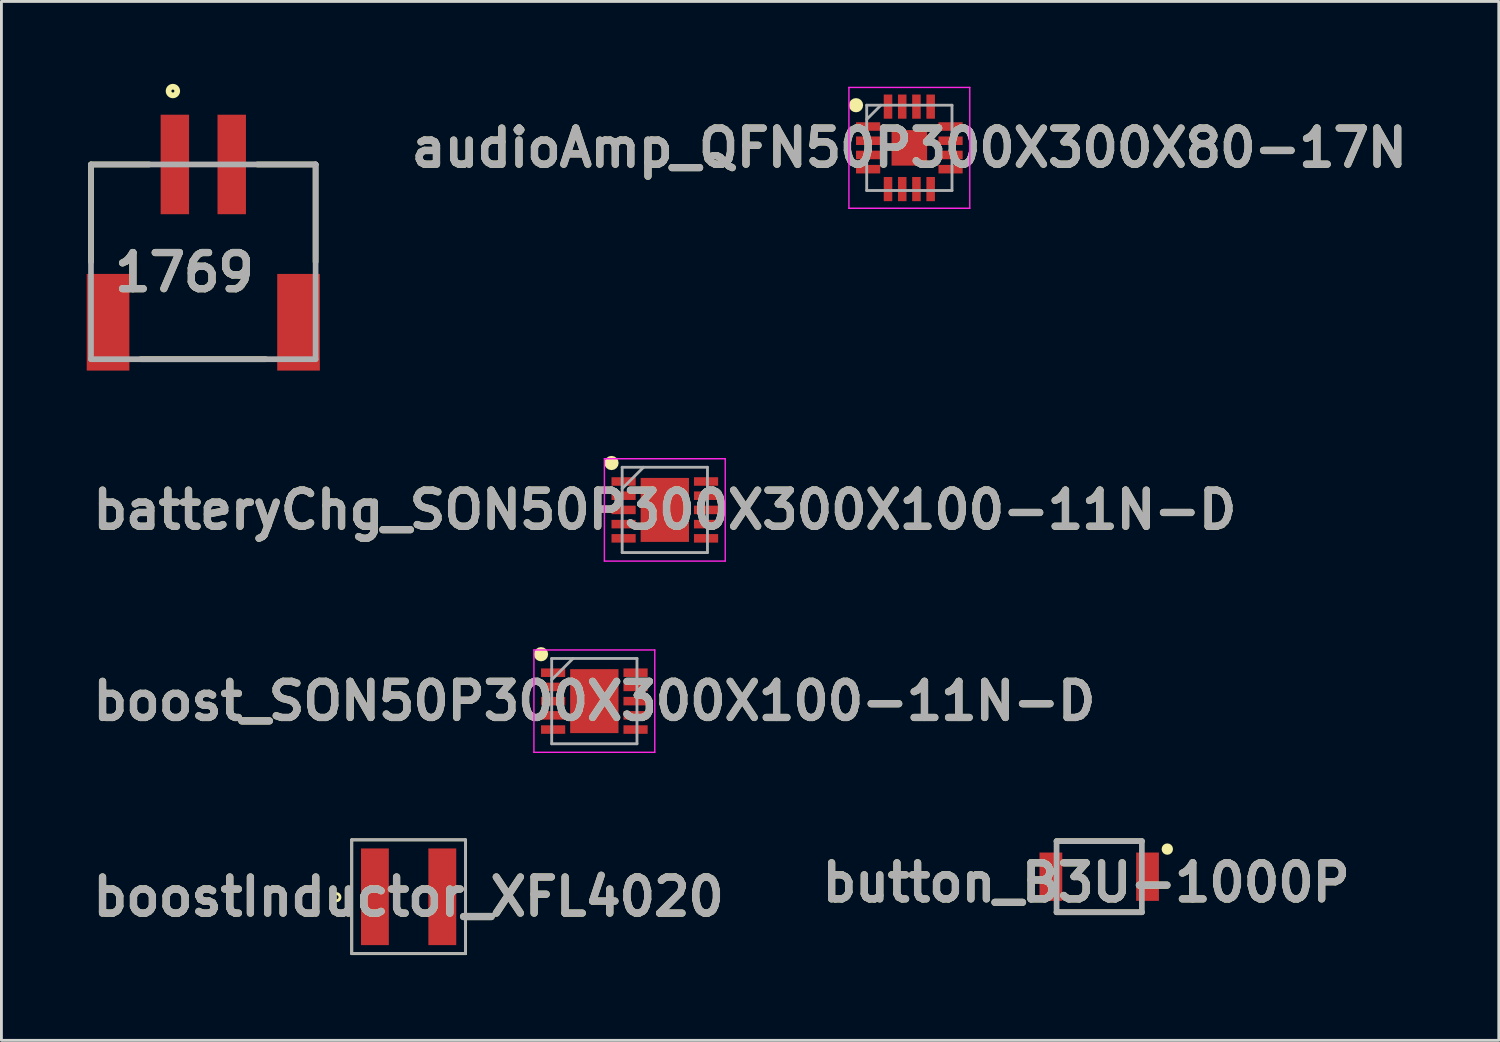
<source format=kicad_pcb>
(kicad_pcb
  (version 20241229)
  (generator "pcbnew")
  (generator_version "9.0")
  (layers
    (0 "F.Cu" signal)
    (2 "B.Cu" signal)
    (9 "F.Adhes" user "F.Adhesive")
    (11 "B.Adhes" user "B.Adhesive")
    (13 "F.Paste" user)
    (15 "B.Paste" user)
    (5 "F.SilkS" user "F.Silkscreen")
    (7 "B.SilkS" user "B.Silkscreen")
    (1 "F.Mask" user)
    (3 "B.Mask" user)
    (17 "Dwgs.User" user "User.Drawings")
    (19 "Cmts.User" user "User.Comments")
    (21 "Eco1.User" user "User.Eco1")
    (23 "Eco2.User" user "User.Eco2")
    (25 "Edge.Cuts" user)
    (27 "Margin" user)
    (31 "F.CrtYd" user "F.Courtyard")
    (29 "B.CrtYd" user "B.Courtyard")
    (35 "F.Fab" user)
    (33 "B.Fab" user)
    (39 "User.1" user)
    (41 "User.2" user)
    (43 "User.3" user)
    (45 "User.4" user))
  (footprint "1769"
    (layer "F.Cu")
    (at 4.1 2.734)
    (property "Reference" "1769" (at -0.662 3.794 0) (layer "F.SilkS") (effects (font (size 1.27 1.27) (thickness 0.254))))
    (attr smd)
    (fp_line (start -3.95 0) (end -3.95 3.425) (stroke (width 0.2) (type solid)) (layer "F.SilkS"))
    (fp_line (start -3.95 0) (end -1.9 0) (stroke (width 0.2) (type solid)) (layer "F.SilkS"))
    (fp_line (start -2.196 6.849) (end 2.196 6.849) (stroke (width 0.2) (type solid)) (layer "F.SilkS"))
    (fp_line (start 3.95 0) (end 1.9 0) (stroke (width 0.2) (type solid)) (layer "F.SilkS"))
    (fp_line (start 3.95 0) (end 3.95 3.425) (stroke (width 0.2) (type solid)) (layer "F.SilkS"))
    (fp_circle (center -1.069 -2.582) (end -1.069 -2.53) (stroke (width 0.2) (type solid)) (fill no) (layer "F.SilkS"))
    (fp_line (start -3.95 0) (end 3.95 0) (stroke (width 0.2) (type solid)) (layer "F.Fab"))
    (fp_line (start -3.95 6.849) (end -3.95 0) (stroke (width 0.2) (type solid)) (layer "F.Fab"))
    (fp_line (start 3.95 0) (end 3.95 6.849) (stroke (width 0.2) (type solid)) (layer "F.Fab"))
    (fp_line (start 3.95 6.849) (end -3.95 6.849) (stroke (width 0.2) (type solid)) (layer "F.Fab"))
    (fp_text user "${REFERENCE}" (at -0.662 3.794 0) (layer "F.Fab") (effects (font (size 1.27 1.27) (thickness 0.254))))
    (pad "1" smd rect (at -1 0) (size 1 3.5) (layers "F.Cu" "F.Mask" "F.Paste"))
    (pad "2" smd rect (at 1 0) (size 1 3.5) (layers "F.Cu" "F.Mask" "F.Paste"))
    (pad "3" smd rect (at -3.35 5.55) (size 1.5 3.4) (layers "F.Cu" "F.Mask" "F.Paste"))
    (pad "4" smd rect (at 3.35 5.55) (size 1.5 3.4) (layers "F.Cu" "F.Mask" "F.Paste")))
  (footprint "boostInductor_XFL4020"
    (layer "F.Cu")
    (at 11.321 28.49)
    (property "Reference" "boostInductor_XFL4020" (at 0 0 0) (layer "F.SilkS") (effects (font (size 1.27 1.27) (thickness 0.254))))
    (attr smd)
    (fp_line (start -2 -2) (end 2 -2) (stroke (width 0.1) (type solid)) (layer "F.SilkS"))
    (fp_line (start -2 2) (end -2 -2) (stroke (width 0.1) (type solid)) (layer "F.SilkS"))
    (fp_line (start 2 -2) (end 2 2) (stroke (width 0.1) (type solid)) (layer "F.SilkS"))
    (fp_line (start 2 2) (end -2 2) (stroke (width 0.1) (type solid)) (layer "F.SilkS"))
    (fp_circle (center -2.54 0.014) (end -2.54 0.141) (stroke (width 0.1) (type solid)) (fill no) (layer "F.SilkS"))
    (fp_line (start -2.002 -2.006) (end 1.998 -2.006) (stroke (width 0.1) (type solid)) (layer "F.Fab"))
    (fp_line (start -2.002 1.994) (end -2.002 -2.006) (stroke (width 0.1) (type solid)) (layer "F.Fab"))
    (fp_line (start 1.998 -2.006) (end 1.998 1.994) (stroke (width 0.1) (type solid)) (layer "F.Fab"))
    (fp_line (start 1.998 1.994) (end -2.002 1.994) (stroke (width 0.1) (type solid)) (layer "F.Fab"))
    (fp_text user "${REFERENCE}" (at 0 0 0) (layer "F.Fab") (effects (font (size 1.27 1.27) (thickness 0.254))))
    (pad "1" smd rect (at -1.185 0) (size 0.98 3.4) (layers "F.Cu" "F.Mask" "F.Paste"))
    (pad "2" smd rect (at 1.185 0) (size 0.98 3.4) (layers "F.Cu" "F.Mask" "F.Paste")))
  (footprint "boost_SON50P300X300X100-11N-D"
    (layer "F.Cu")
    (at 17.853 21.609)
    (property "Reference" "boost_SON50P300X300X100-11N-D" (at 0 0 0) (layer "F.SilkS") (effects (font (size 1.27 1.27) (thickness 0.254))))
    (attr smd)
    (fp_circle (center -1.875 -1.65) (end -1.875 -1.525) (stroke (width 0.25) (type solid)) (fill no) (layer "F.SilkS"))
    (fp_line (start -2.125 -1.8) (end 2.125 -1.8) (stroke (width 0.05) (type solid)) (layer "F.CrtYd"))
    (fp_line (start -2.125 1.8) (end -2.125 -1.8) (stroke (width 0.05) (type solid)) (layer "F.CrtYd"))
    (fp_line (start 2.125 -1.8) (end 2.125 1.8) (stroke (width 0.05) (type solid)) (layer "F.CrtYd"))
    (fp_line (start 2.125 1.8) (end -2.125 1.8) (stroke (width 0.05) (type solid)) (layer "F.CrtYd"))
    (fp_line (start -1.5 -1.5) (end 1.5 -1.5) (stroke (width 0.1) (type solid)) (layer "F.Fab"))
    (fp_line (start -1.5 -0.75) (end -0.75 -1.5) (stroke (width 0.1) (type solid)) (layer "F.Fab"))
    (fp_line (start -1.5 1.5) (end -1.5 -1.5) (stroke (width 0.1) (type solid)) (layer "F.Fab"))
    (fp_line (start 1.5 -1.5) (end 1.5 1.5) (stroke (width 0.1) (type solid)) (layer "F.Fab"))
    (fp_line (start 1.5 1.5) (end -1.5 1.5) (stroke (width 0.1) (type solid)) (layer "F.Fab"))
    (fp_text user "${REFERENCE}" (at 0 0 0) (layer "F.Fab") (effects (font (size 1.27 1.27) (thickness 0.254))))
    (pad "1" smd rect (at -1.45 -1 90) (size 0.3 0.85) (layers "F.Cu" "F.Mask" "F.Paste"))
    (pad "2" smd rect (at -1.45 -0.5 90) (size 0.3 0.85) (layers "F.Cu" "F.Mask" "F.Paste"))
    (pad "3" smd rect (at -1.45 0 90) (size 0.3 0.85) (layers "F.Cu" "F.Mask" "F.Paste"))
    (pad "4" smd rect (at -1.45 0.5 90) (size 0.3 0.85) (layers "F.Cu" "F.Mask" "F.Paste"))
    (pad "5" smd rect (at -1.45 1 90) (size 0.3 0.85) (layers "F.Cu" "F.Mask" "F.Paste"))
    (pad "6" smd rect (at 1.45 1 90) (size 0.3 0.85) (layers "F.Cu" "F.Mask" "F.Paste"))
    (pad "7" smd rect (at 1.45 0.5 90) (size 0.3 0.85) (layers "F.Cu" "F.Mask" "F.Paste"))
    (pad "8" smd rect (at 1.45 0 90) (size 0.3 0.85) (layers "F.Cu" "F.Mask" "F.Paste"))
    (pad "9" smd rect (at 1.45 -0.5 90) (size 0.3 0.85) (layers "F.Cu" "F.Mask" "F.Paste"))
    (pad "10" smd rect (at 1.45 -1 90) (size 0.3 0.85) (layers "F.Cu" "F.Mask" "F.Paste"))
    (pad "11" smd rect (at 0 0) (size 1.7 2.25) (layers "F.Cu" "F.Mask" "F.Paste")))
  (footprint "audioAmp_QFN50P300X300X80-17N"
    (layer "F.Cu")
    (at 28.932 2.15)
    (property "Reference" "audioAmp_QFN50P300X300X80-17N" (at 0 0 0) (layer "F.SilkS") (effects (font (size 1.27 1.27) (thickness 0.254))))
    (attr smd)
    (fp_circle (center -1.875 -1.5) (end -1.875 -1.375) (stroke (width 0.25) (type solid)) (fill no) (layer "F.SilkS"))
    (fp_line (start -2.125 -2.125) (end 2.125 -2.125) (stroke (width 0.05) (type solid)) (layer "F.CrtYd"))
    (fp_line (start -2.125 2.125) (end -2.125 -2.125) (stroke (width 0.05) (type solid)) (layer "F.CrtYd"))
    (fp_line (start 2.125 -2.125) (end 2.125 2.125) (stroke (width 0.05) (type solid)) (layer "F.CrtYd"))
    (fp_line (start 2.125 2.125) (end -2.125 2.125) (stroke (width 0.05) (type solid)) (layer "F.CrtYd"))
    (fp_line (start -1.5 -1.5) (end 1.5 -1.5) (stroke (width 0.1) (type solid)) (layer "F.Fab"))
    (fp_line (start -1.5 -1) (end -1 -1.5) (stroke (width 0.1) (type solid)) (layer "F.Fab"))
    (fp_line (start -1.5 1.5) (end -1.5 -1.5) (stroke (width 0.1) (type solid)) (layer "F.Fab"))
    (fp_line (start 1.5 -1.5) (end 1.5 1.5) (stroke (width 0.1) (type solid)) (layer "F.Fab"))
    (fp_line (start 1.5 1.5) (end -1.5 1.5) (stroke (width 0.1) (type solid)) (layer "F.Fab"))
    (fp_text user "${REFERENCE}" (at 0 0 0) (layer "F.Fab") (effects (font (size 1.27 1.27) (thickness 0.254))))
    (pad "1" smd rect (at -1.45 -0.75 90) (size 0.3 0.85) (layers "F.Cu" "F.Mask" "F.Paste"))
    (pad "2" smd rect (at -1.45 -0.25 90) (size 0.3 0.85) (layers "F.Cu" "F.Mask" "F.Paste"))
    (pad "3" smd rect (at -1.45 0.25 90) (size 0.3 0.85) (layers "F.Cu" "F.Mask" "F.Paste"))
    (pad "4" smd rect (at -1.45 0.75 90) (size 0.3 0.85) (layers "F.Cu" "F.Mask" "F.Paste"))
    (pad "5" smd rect (at -0.75 1.45) (size 0.3 0.85) (layers "F.Cu" "F.Mask" "F.Paste"))
    (pad "6" smd rect (at -0.25 1.45) (size 0.3 0.85) (layers "F.Cu" "F.Mask" "F.Paste"))
    (pad "7" smd rect (at 0.25 1.45) (size 0.3 0.85) (layers "F.Cu" "F.Mask" "F.Paste"))
    (pad "8" smd rect (at 0.75 1.45) (size 0.3 0.85) (layers "F.Cu" "F.Mask" "F.Paste"))
    (pad "9" smd rect (at 1.45 0.75 90) (size 0.3 0.85) (layers "F.Cu" "F.Mask" "F.Paste"))
    (pad "10" smd rect (at 1.45 0.25 90) (size 0.3 0.85) (layers "F.Cu" "F.Mask" "F.Paste"))
    (pad "11" smd rect (at 1.45 -0.25 90) (size 0.3 0.85) (layers "F.Cu" "F.Mask" "F.Paste"))
    (pad "12" smd rect (at 1.45 -0.75 90) (size 0.3 0.85) (layers "F.Cu" "F.Mask" "F.Paste"))
    (pad "13" smd rect (at 0.75 -1.45) (size 0.3 0.85) (layers "F.Cu" "F.Mask" "F.Paste"))
    (pad "14" smd rect (at 0.25 -1.45) (size 0.3 0.85) (layers "F.Cu" "F.Mask" "F.Paste"))
    (pad "15" smd rect (at -0.25 -1.45) (size 0.3 0.85) (layers "F.Cu" "F.Mask" "F.Paste"))
    (pad "16" smd rect (at -0.75 -1.45) (size 0.3 0.85) (layers "F.Cu" "F.Mask" "F.Paste"))
    (pad "17" smd rect (at 0 0) (size 1.25 1.25) (layers "F.Cu" "F.Mask" "F.Paste")))
  (footprint "batteryChg_SON50P300X300X100-11N-D"
    (layer "F.Cu")
    (at 20.332 14.884)
    (property "Reference" "batteryChg_SON50P300X300X100-11N-D" (at 0 0 0) (layer "F.SilkS") (effects (font (size 1.27 1.27) (thickness 0.254))))
    (attr smd)
    (fp_circle (center -1.875 -1.65) (end -1.875 -1.525) (stroke (width 0.25) (type solid)) (fill no) (layer "F.SilkS"))
    (fp_line (start -2.125 -1.8) (end 2.125 -1.8) (stroke (width 0.05) (type solid)) (layer "F.CrtYd"))
    (fp_line (start -2.125 1.8) (end -2.125 -1.8) (stroke (width 0.05) (type solid)) (layer "F.CrtYd"))
    (fp_line (start 2.125 -1.8) (end 2.125 1.8) (stroke (width 0.05) (type solid)) (layer "F.CrtYd"))
    (fp_line (start 2.125 1.8) (end -2.125 1.8) (stroke (width 0.05) (type solid)) (layer "F.CrtYd"))
    (fp_line (start -1.5 -1.5) (end 1.5 -1.5) (stroke (width 0.1) (type solid)) (layer "F.Fab"))
    (fp_line (start -1.5 -0.75) (end -0.75 -1.5) (stroke (width 0.1) (type solid)) (layer "F.Fab"))
    (fp_line (start -1.5 1.5) (end -1.5 -1.5) (stroke (width 0.1) (type solid)) (layer "F.Fab"))
    (fp_line (start 1.5 -1.5) (end 1.5 1.5) (stroke (width 0.1) (type solid)) (layer "F.Fab"))
    (fp_line (start 1.5 1.5) (end -1.5 1.5) (stroke (width 0.1) (type solid)) (layer "F.Fab"))
    (fp_text user "${REFERENCE}" (at 0 0 0) (layer "F.Fab") (effects (font (size 1.27 1.27) (thickness 0.254))))
    (pad "1" smd rect (at -1.45 -1 90) (size 0.3 0.85) (layers "F.Cu" "F.Mask" "F.Paste"))
    (pad "2" smd rect (at -1.45 -0.5 90) (size 0.3 0.85) (layers "F.Cu" "F.Mask" "F.Paste"))
    (pad "3" smd rect (at -1.45 0 90) (size 0.3 0.85) (layers "F.Cu" "F.Mask" "F.Paste"))
    (pad "4" smd rect (at -1.45 0.5 90) (size 0.3 0.85) (layers "F.Cu" "F.Mask" "F.Paste"))
    (pad "5" smd rect (at -1.45 1 90) (size 0.3 0.85) (layers "F.Cu" "F.Mask" "F.Paste"))
    (pad "6" smd rect (at 1.45 1 90) (size 0.3 0.85) (layers "F.Cu" "F.Mask" "F.Paste"))
    (pad "7" smd rect (at 1.45 0.5 90) (size 0.3 0.85) (layers "F.Cu" "F.Mask" "F.Paste"))
    (pad "8" smd rect (at 1.45 0 90) (size 0.3 0.85) (layers "F.Cu" "F.Mask" "F.Paste"))
    (pad "9" smd rect (at 1.45 -0.5 90) (size 0.3 0.85) (layers "F.Cu" "F.Mask" "F.Paste"))
    (pad "10" smd rect (at 1.45 -1 90) (size 0.3 0.85) (layers "F.Cu" "F.Mask" "F.Paste"))
    (pad "11" smd rect (at 0 0) (size 1.7 2.25) (layers "F.Cu" "F.Mask" "F.Paste")))
  (footprint "button_B3U-1000P"
    (layer "F.Cu")
    (at 35.61 27.784)
    (property "Reference" "button_B3U-1000P" (at -0.461 0.206 0) (layer "F.SilkS") (effects (font (size 1.27 1.27) (thickness 0.254))))
    (attr smd)
    (fp_line (start -1.5 -1.25) (end 1.5 -1.25) (stroke (width 0.2) (type solid)) (layer "F.SilkS"))
    (fp_line (start -1.5 1.25) (end 1.5 1.25) (stroke (width 0.2) (type solid)) (layer "F.SilkS"))
    (fp_circle (center 2.395 -0.971) (end 2.395 -0.871) (stroke (width 0.2) (type solid)) (fill no) (layer "F.SilkS"))
    (fp_line (start -1.5 -1.25) (end 1.5 -1.25) (stroke (width 0.2) (type solid)) (layer "F.Fab"))
    (fp_line (start -1.5 1.25) (end -1.5 -1.25) (stroke (width 0.2) (type solid)) (layer "F.Fab"))
    (fp_line (start 1.5 -1.25) (end 1.5 1.25) (stroke (width 0.2) (type solid)) (layer "F.Fab"))
    (fp_line (start 1.5 1.25) (end -1.5 1.25) (stroke (width 0.2) (type solid)) (layer "F.Fab"))
    (fp_text user "${REFERENCE}" (at -0.461 0.206 0) (layer "F.Fab") (effects (font (size 1.27 1.27) (thickness 0.254))))
    (pad "1" smd rect (at 1.7 0) (size 0.8 1.7) (layers "F.Cu" "F.Mask" "F.Paste"))
    (pad "2" smd rect (at -1.7 0) (size 0.8 1.7) (layers "F.Cu" "F.Mask" "F.Paste")))
  (gr_rect
    (start -3 -3)
    (end 49.663 33.54)
    (stroke (width 0.1) (type default))
    (fill no)
    (layer "Edge.Cuts")))
</source>
